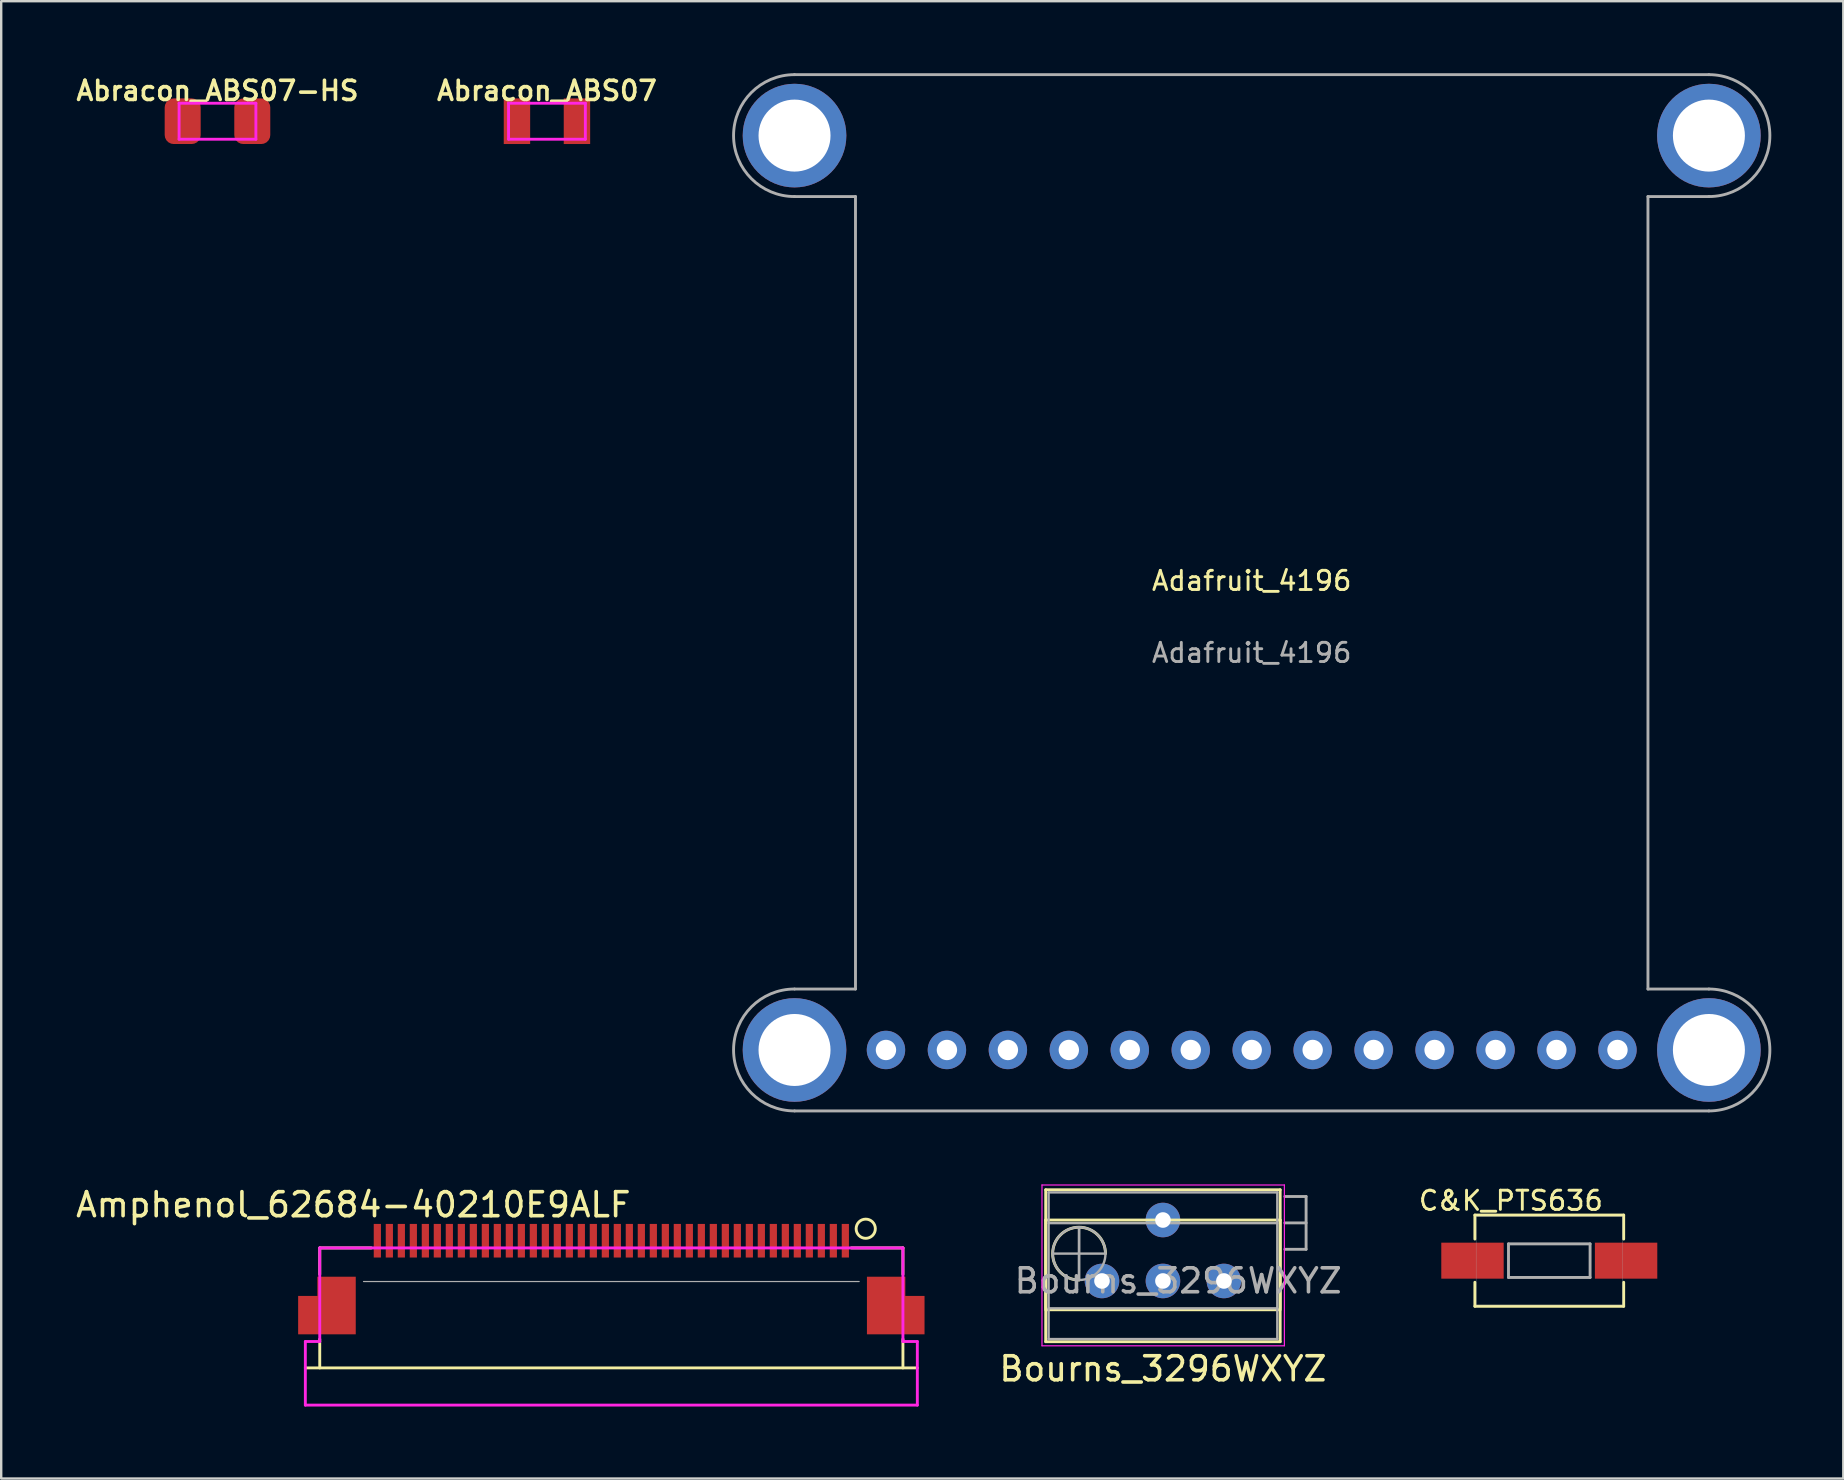
<source format=kicad_pcb>
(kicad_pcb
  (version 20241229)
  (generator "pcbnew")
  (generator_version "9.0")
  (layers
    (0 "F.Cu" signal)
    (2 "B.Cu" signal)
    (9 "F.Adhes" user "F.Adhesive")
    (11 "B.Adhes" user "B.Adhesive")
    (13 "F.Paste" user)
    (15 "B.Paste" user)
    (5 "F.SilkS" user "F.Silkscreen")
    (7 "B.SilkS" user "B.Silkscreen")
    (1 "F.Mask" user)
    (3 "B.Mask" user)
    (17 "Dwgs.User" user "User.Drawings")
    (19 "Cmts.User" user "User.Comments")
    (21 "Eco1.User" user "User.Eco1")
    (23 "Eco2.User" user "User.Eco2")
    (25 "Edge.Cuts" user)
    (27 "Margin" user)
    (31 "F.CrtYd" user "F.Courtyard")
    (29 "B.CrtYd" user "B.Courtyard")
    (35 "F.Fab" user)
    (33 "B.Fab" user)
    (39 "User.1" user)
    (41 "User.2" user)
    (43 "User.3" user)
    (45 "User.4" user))
  (footprint "Abracon_ABS07"
    (layer "F.Cu")
    (at 19.74 2.001)
    (property "Reference" "Abracon_ABS07" (at 0 -1.27 0) (layer "F.SilkS") (effects (font (size 0.8 0.8) (thickness 0.15))))
    (attr through_hole)
    (fp_line (start -1.6 -0.75) (end -1.6 0.75) (stroke (width 0.12) (type solid)) (layer "F.CrtYd"))
    (fp_line (start -1.6 -0.75) (end 1.6 -0.75) (stroke (width 0.12) (type solid)) (layer "F.CrtYd"))
    (fp_line (start -1.6 0.75) (end 1.6 0.75) (stroke (width 0.12) (type solid)) (layer "F.CrtYd"))
    (fp_line (start 1.6 -0.75) (end 1.6 0.75) (stroke (width 0.12) (type solid)) (layer "F.CrtYd"))
    (pad "1" smd rect (at -1.25 0) (size 1.1 1.9) (layers "F.Cu" "F.Mask" "F.Paste"))
    (pad "2" smd rect (at 1.25 0) (size 1.1 1.9) (layers "F.Cu" "F.Mask" "F.Paste")))
  (footprint "Abracon_ABS07-HS"
    (layer "F.Cu")
    (at 6.012 2.001)
    (property "Reference" "Abracon_ABS07-HS" (at 0 -1.27 0) (layer "F.SilkS") (effects (font (size 0.8 0.8) (thickness 0.15))))
    (attr through_hole)
    (fp_line (start -1.6 -0.75) (end -1.6 0.75) (stroke (width 0.12) (type solid)) (layer "F.CrtYd"))
    (fp_line (start -1.6 -0.75) (end 1.6 -0.75) (stroke (width 0.12) (type solid)) (layer "F.CrtYd"))
    (fp_line (start -1.6 0.75) (end 1.6 0.75) (stroke (width 0.12) (type solid)) (layer "F.CrtYd"))
    (fp_line (start 1.6 -0.75) (end 1.6 0.75) (stroke (width 0.12) (type solid)) (layer "F.CrtYd"))
    (pad "1" smd roundrect (at -1.45 0) (size 1.5 1.9) (layers "F.Cu" "F.Mask" "F.Paste") (roundrect_rratio 0.25))
    (pad "2" smd roundrect (at 1.45 0) (size 1.5 1.9) (layers "F.Cu" "F.Mask" "F.Paste") (roundrect_rratio 0.25)))
  (footprint "Bourns_3296WXYZ"
    (layer "F.Cu")
    (at 45.407 50.325)
    (property "Reference" "Bourns_3296WXYZ" (at 0 3.66 180) (layer "F.SilkS") (effects (font (size 1 1) (thickness 0.15))))
    (attr through_hole)
    (fp_line (start -4.885 1.133) (end -4.885 -3.8) (stroke (width 0.12) (type solid)) (layer "F.SilkS"))
    (fp_line (start -4.885 2.53) (end -4.885 -2.54) (stroke (width 0.12) (type solid)) (layer "F.SilkS"))
    (fp_line (start 4.885 -3.8) (end -4.885 -3.8) (stroke (width 0.12) (type solid)) (layer "F.SilkS"))
    (fp_line (start 4.885 -2.54) (end -4.885 -2.54) (stroke (width 0.12) (type solid)) (layer "F.SilkS"))
    (fp_line (start 4.885 1.133) (end 4.885 -3.8) (stroke (width 0.12) (type solid)) (layer "F.SilkS"))
    (fp_line (start 4.885 1.2) (end -4.885 1.2) (stroke (width 0.12) (type solid)) (layer "F.SilkS"))
    (fp_line (start 4.885 2.53) (end -4.885 2.53) (stroke (width 0.12) (type solid)) (layer "F.SilkS"))
    (fp_line (start 4.885 2.53) (end 4.885 -2.54) (stroke (width 0.12) (type solid)) (layer "F.SilkS"))
    (fp_arc (start -3.495 -0.04) (mid -4.272817 -1.917817) (end -2.395 -1.14) (stroke (width 0.12) (type solid)) (layer "F.SilkS"))
    (fp_line (start -5.04 -4) (end -5.04 2.7) (stroke (width 0.05) (type solid)) (layer "F.CrtYd"))
    (fp_line (start -5.04 2.7) (end 5.06 2.7) (stroke (width 0.05) (type solid)) (layer "F.CrtYd"))
    (fp_line (start 5.06 -4) (end -5.04 -4) (stroke (width 0.05) (type solid)) (layer "F.CrtYd"))
    (fp_line (start 5.06 2.7) (end 5.06 -4) (stroke (width 0.05) (type solid)) (layer "F.CrtYd"))
    (fp_line (start -4.765 -3.69) (end -4.765 2.42) (stroke (width 0.1) (type solid)) (layer "F.Fab"))
    (fp_line (start -4.765 2.42) (end 4.765 2.42) (stroke (width 0.1) (type solid)) (layer "F.Fab"))
    (fp_line (start -4.595 -1.14) (end -2.395 -1.14) (stroke (width 0.1) (type solid)) (layer "F.Fab"))
    (fp_line (start -3.495 -2.24) (end -3.496 -0.04) (stroke (width 0.1) (type solid)) (layer "F.Fab"))
    (fp_line (start -3.495 -2.235) (end -3.496 -0.066) (stroke (width 0.1) (type solid)) (layer "F.Fab"))
    (fp_line (start 4.765 -3.69) (end -4.765 -3.69) (stroke (width 0.1) (type solid)) (layer "F.Fab"))
    (fp_line (start 4.765 -2.41) (end -4.765 -2.41) (stroke (width 0.1) (type solid)) (layer "F.Fab"))
    (fp_line (start 4.765 1.14) (end -4.765 1.14) (stroke (width 0.1) (type solid)) (layer "F.Fab"))
    (fp_line (start 4.765 2.42) (end 4.765 -3.69) (stroke (width 0.1) (type solid)) (layer "F.Fab"))
    (fp_line (start 5.08 -2.42) (end 5.965 -2.42) (stroke (width 0.12) (type solid)) (layer "F.Fab"))
    (fp_line (start 5.08 -1.32) (end 5.965 -1.32) (stroke (width 0.12) (type solid)) (layer "F.Fab"))
    (fp_line (start 5.965 -3.52) (end 5.08 -3.52) (stroke (width 0.12) (type solid)) (layer "F.Fab"))
    (fp_line (start 5.965 -1.32) (end 5.965 -3.52) (stroke (width 0.12) (type solid)) (layer "F.Fab"))
    (fp_circle (center -3.495 -1.14) (end -2.395 -1.14) (stroke (width 0.1) (type solid)) (fill no) (layer "F.Fab"))
    (fp_text user "${REFERENCE}" (at 0.635 -0.005 180) (layer "F.Fab") (effects (font (size 1 1) (thickness 0.15))))
    (pad "1" thru_hole circle (at -2.54 0 180) (size 1.44 1.44) (drill 0.65) (layers "*.Cu" "*.Mask"))
    (pad "2" thru_hole circle (at 0 -2.54 180) (size 1.44 1.44) (drill 0.65) (layers "*.Cu" "*.Mask"))
    (pad "2" thru_hole circle (at 0 0 180) (size 1.44 1.44) (drill 0.65) (layers "*.Cu" "*.Mask"))
    (pad "3" thru_hole circle (at 2.54 0 180) (size 1.44 1.44) (drill 0.65) (layers "*.Cu" "*.Mask")))
  (footprint "Amphenol_62684-40210E9ALF"
    (layer "F.Cu")
    (at 22.423 49.348)
    (property "Reference" "Amphenol_62684-40210E9ALF" (at -10.75 -2.2 0) (layer "F.SilkS") (effects (font (size 1 1) (thickness 0.15))))
    (attr smd)
    (fp_line (start -12.75 4.6) (end 12.75 4.6) (stroke (width 0.12) (type solid)) (layer "F.SilkS"))
    (fp_line (start -12.15 -0.4) (end -12.15 0.7) (stroke (width 0.12) (type solid)) (layer "F.SilkS"))
    (fp_line (start -12.15 -0.4) (end -10 -0.4) (stroke (width 0.12) (type solid)) (layer "F.SilkS"))
    (fp_line (start -12.15 4.6) (end -12.15 3.4) (stroke (width 0.12) (type solid)) (layer "F.SilkS"))
    (fp_line (start 12.15 -0.4) (end 10 -0.4) (stroke (width 0.12) (type solid)) (layer "F.SilkS"))
    (fp_line (start 12.15 -0.4) (end 12.15 0.7) (stroke (width 0.12) (type solid)) (layer "F.SilkS"))
    (fp_line (start 12.15 4.6) (end 12.15 3.4) (stroke (width 0.12) (type solid)) (layer "F.SilkS"))
    (fp_circle (center 10.6 -1.2) (end 11 -1.2) (stroke (width 0.12) (type solid)) (fill no) (layer "F.SilkS"))
    (fp_line (start -12.75 3.5) (end -12.75 6.15) (stroke (width 0.12) (type solid)) (layer "F.CrtYd"))
    (fp_line (start -12.75 3.5) (end -12.15 3.5) (stroke (width 0.12) (type solid)) (layer "F.CrtYd"))
    (fp_line (start -12.75 6.15) (end 12.75 6.15) (stroke (width 0.12) (type solid)) (layer "F.CrtYd"))
    (fp_line (start -12.15 -0.4) (end -12.15 3.5) (stroke (width 0.12) (type solid)) (layer "F.CrtYd"))
    (fp_line (start 12.15 -0.4) (end -12.15 -0.4) (stroke (width 0.12) (type solid)) (layer "F.CrtYd"))
    (fp_line (start 12.15 3.5) (end 12.15 -0.4) (stroke (width 0.12) (type solid)) (layer "F.CrtYd"))
    (fp_line (start 12.75 3.5) (end 12.15 3.5) (stroke (width 0.12) (type solid)) (layer "F.CrtYd"))
    (fp_line (start 12.75 3.5) (end 12.75 6.15) (stroke (width 0.12) (type solid)) (layer "F.CrtYd"))
    (fp_line (start -10.325 1) (end 10.325 1) (stroke (width 0.05) (type solid)) (layer "F.Fab"))
    (pad "1" smd rect (at 9.75 -0.7) (size 0.3 1.4) (layers "F.Cu" "F.Mask" "F.Paste"))
    (pad "2" smd rect (at 9.25 -0.7) (size 0.3 1.4) (layers "F.Cu" "F.Mask" "F.Paste"))
    (pad "3" smd rect (at 8.75 -0.7) (size 0.3 1.4) (layers "F.Cu" "F.Mask" "F.Paste"))
    (pad "4" smd rect (at 8.25 -0.7) (size 0.3 1.4) (layers "F.Cu" "F.Mask" "F.Paste"))
    (pad "5" smd rect (at 7.75 -0.7) (size 0.3 1.4) (layers "F.Cu" "F.Mask" "F.Paste"))
    (pad "6" smd rect (at 7.25 -0.7) (size 0.3 1.4) (layers "F.Cu" "F.Mask" "F.Paste"))
    (pad "7" smd rect (at 6.75 -0.7) (size 0.3 1.4) (layers "F.Cu" "F.Mask" "F.Paste"))
    (pad "8" smd rect (at 6.25 -0.7) (size 0.3 1.4) (layers "F.Cu" "F.Mask" "F.Paste"))
    (pad "9" smd rect (at 5.75 -0.7) (size 0.3 1.4) (layers "F.Cu" "F.Mask" "F.Paste"))
    (pad "10" smd rect (at 5.25 -0.7) (size 0.3 1.4) (layers "F.Cu" "F.Mask" "F.Paste"))
    (pad "11" smd rect (at 4.75 -0.7) (size 0.3 1.4) (layers "F.Cu" "F.Mask" "F.Paste"))
    (pad "12" smd rect (at 4.25 -0.7) (size 0.3 1.4) (layers "F.Cu" "F.Mask" "F.Paste"))
    (pad "13" smd rect (at 3.75 -0.7) (size 0.3 1.4) (layers "F.Cu" "F.Mask" "F.Paste"))
    (pad "14" smd rect (at 3.25 -0.7) (size 0.3 1.4) (layers "F.Cu" "F.Mask" "F.Paste"))
    (pad "15" smd rect (at 2.75 -0.7) (size 0.3 1.4) (layers "F.Cu" "F.Mask" "F.Paste"))
    (pad "16" smd rect (at 2.25 -0.7) (size 0.3 1.4) (layers "F.Cu" "F.Mask" "F.Paste"))
    (pad "17" smd rect (at 1.75 -0.7) (size 0.3 1.4) (layers "F.Cu" "F.Mask" "F.Paste"))
    (pad "18" smd rect (at 1.25 -0.7) (size 0.3 1.4) (layers "F.Cu" "F.Mask" "F.Paste"))
    (pad "19" smd rect (at 0.75 -0.7) (size 0.3 1.4) (layers "F.Cu" "F.Mask" "F.Paste"))
    (pad "20" smd rect (at 0.25 -0.7) (size 0.3 1.4) (layers "F.Cu" "F.Mask" "F.Paste"))
    (pad "21" smd rect (at -0.25 -0.7) (size 0.3 1.4) (layers "F.Cu" "F.Mask" "F.Paste"))
    (pad "22" smd rect (at -0.75 -0.7) (size 0.3 1.4) (layers "F.Cu" "F.Mask" "F.Paste"))
    (pad "23" smd rect (at -1.25 -0.7) (size 0.3 1.4) (layers "F.Cu" "F.Mask" "F.Paste"))
    (pad "24" smd rect (at -1.75 -0.7) (size 0.3 1.4) (layers "F.Cu" "F.Mask" "F.Paste"))
    (pad "25" smd rect (at -2.25 -0.7) (size 0.3 1.4) (layers "F.Cu" "F.Mask" "F.Paste"))
    (pad "26" smd rect (at -2.75 -0.7) (size 0.3 1.4) (layers "F.Cu" "F.Mask" "F.Paste"))
    (pad "27" smd rect (at -3.25 -0.7) (size 0.3 1.4) (layers "F.Cu" "F.Mask" "F.Paste"))
    (pad "28" smd rect (at -3.75 -0.7) (size 0.3 1.4) (layers "F.Cu" "F.Mask" "F.Paste"))
    (pad "29" smd rect (at -4.25 -0.7) (size 0.3 1.4) (layers "F.Cu" "F.Mask" "F.Paste"))
    (pad "30" smd rect (at -4.75 -0.7) (size 0.3 1.4) (layers "F.Cu" "F.Mask" "F.Paste"))
    (pad "31" smd rect (at -5.25 -0.7) (size 0.3 1.4) (layers "F.Cu" "F.Mask" "F.Paste"))
    (pad "32" smd rect (at -5.75 -0.7) (size 0.3 1.4) (layers "F.Cu" "F.Mask" "F.Paste"))
    (pad "33" smd rect (at -6.25 -0.7) (size 0.3 1.4) (layers "F.Cu" "F.Mask" "F.Paste"))
    (pad "34" smd rect (at -6.75 -0.7) (size 0.3 1.4) (layers "F.Cu" "F.Mask" "F.Paste"))
    (pad "35" smd rect (at -7.25 -0.7) (size 0.3 1.4) (layers "F.Cu" "F.Mask" "F.Paste"))
    (pad "36" smd rect (at -7.75 -0.7) (size 0.3 1.4) (layers "F.Cu" "F.Mask" "F.Paste"))
    (pad "37" smd rect (at -8.25 -0.7) (size 0.3 1.4) (layers "F.Cu" "F.Mask" "F.Paste"))
    (pad "38" smd rect (at -8.75 -0.7) (size 0.3 1.4) (layers "F.Cu" "F.Mask" "F.Paste"))
    (pad "39" smd rect (at -9.25 -0.7) (size 0.3 1.4) (layers "F.Cu" "F.Mask" "F.Paste"))
    (pad "40" smd rect (at -9.75 -0.7) (size 0.3 1.4) (layers "F.Cu" "F.Mask" "F.Paste"))
    (pad "MP" smd custom (at -12 2) (size 0.5 0.5) (layers "F.Cu" "F.Mask" "F.Paste") (options (anchor rect)) (primitives (gr_poly (pts (xy 1.35 1.2) (xy -1.05 1.2) (xy -1.05 -0.4) (xy -0.25 -0.4) (xy -0.25 -1.2) (xy 1.35 -1.2)) (width 0) (fill yes))))
    (pad "MP" smd custom (at 12 2) (size 0.5 0.5) (layers "F.Cu" "F.Mask" "F.Paste") (options (anchor rect)) (primitives (gr_poly (pts (xy 0.25 -0.4) (xy 1.05 -0.4) (xy 1.05 1.2) (xy -1.35 1.2) (xy -1.35 -1.2) (xy 0.25 -1.2)) (width 0) (fill yes)))))
  (footprint "C&K_PTS636"
    (layer "F.Cu")
    (at 61.505 49.479)
    (property "Reference" "C&K_PTS636" (at -1.6 -2.5 0) (layer "F.SilkS") (effects (font (size 0.8 0.8) (thickness 0.12))))
    (attr through_hole)
    (fp_line (start -3.1 -1.9) (end -3.1 -0.9) (stroke (width 0.12) (type solid)) (layer "F.SilkS"))
    (fp_line (start -3.1 -1.9) (end 3.1 -1.9) (stroke (width 0.12) (type solid)) (layer "F.SilkS"))
    (fp_line (start -3.1 1.9) (end -3.1 0.9) (stroke (width 0.12) (type solid)) (layer "F.SilkS"))
    (fp_line (start -3.1 1.9) (end 3.1 1.9) (stroke (width 0.12) (type solid)) (layer "F.SilkS"))
    (fp_line (start 3.1 -1.9) (end 3.1 -0.9) (stroke (width 0.12) (type solid)) (layer "F.SilkS"))
    (fp_line (start 3.1 1.9) (end 3.1 0.9) (stroke (width 0.12) (type solid)) (layer "F.SilkS"))
    (fp_line (start -3.05 -1.85) (end -3.05 1.85) (stroke (width 0.01) (type solid)) (layer "F.Fab"))
    (fp_line (start -3.05 -1.85) (end 3.05 -1.85) (stroke (width 0.01) (type solid)) (layer "F.Fab"))
    (fp_line (start -3.05 1.85) (end 3.05 1.85) (stroke (width 0.01) (type solid)) (layer "F.Fab"))
    (fp_line (start -1.7 -0.7) (end -1.7 0.7) (stroke (width 0.12) (type solid)) (layer "F.Fab"))
    (fp_line (start -1.7 0.7) (end 1.7 0.7) (stroke (width 0.12) (type solid)) (layer "F.Fab"))
    (fp_line (start 1.7 -0.7) (end -1.7 -0.7) (stroke (width 0.12) (type solid)) (layer "F.Fab"))
    (fp_line (start 1.7 0.7) (end 1.7 -0.7) (stroke (width 0.12) (type solid)) (layer "F.Fab"))
    (fp_line (start 3.05 -1.85) (end 3.05 1.85) (stroke (width 0.01) (type solid)) (layer "F.Fab"))
    (pad "1" smd rect (at -3.2 0) (size 2.6 1.5) (layers "F.Cu" "F.Mask" "F.Paste"))
    (pad "2" smd rect (at 3.2 0) (size 2.6 1.5) (layers "F.Cu" "F.Mask" "F.Paste")))
  (footprint "Adafruit_4196"
    (layer "F.Cu")
    (at 49.106 21.65)
    (property "Reference" "Adafruit_4196" (at 0 -0.5 0) (unlocked yes) (layer "F.SilkS") (effects (font (size 0.8 0.8) (thickness 0.12))))
    (attr through_hole)
    (fp_line (start -19.05 -21.59) (end 19.05 -21.59) (stroke (width 0.12) (type solid)) (layer "F.Fab"))
    (fp_line (start -19.05 -16.51) (end -16.51 -16.51) (stroke (width 0.12) (type solid)) (layer "F.Fab"))
    (fp_line (start -19.05 21.59) (end 19.05 21.59) (stroke (width 0.12) (type solid)) (layer "F.Fab"))
    (fp_line (start -16.51 -16.51) (end -16.51 16.51) (stroke (width 0.12) (type solid)) (layer "F.Fab"))
    (fp_line (start -16.51 16.51) (end -19.05 16.51) (stroke (width 0.12) (type solid)) (layer "F.Fab"))
    (fp_line (start 16.51 -16.51) (end 16.51 16.51) (stroke (width 0.12) (type solid)) (layer "F.Fab"))
    (fp_line (start 16.51 16.51) (end 19.05 16.51) (stroke (width 0.12) (type solid)) (layer "F.Fab"))
    (fp_line (start 19.05 -16.51) (end 16.51 -16.51) (stroke (width 0.12) (type solid)) (layer "F.Fab"))
    (fp_arc (start -19.05 -16.51) (mid -21.59 -19.05) (end -19.05 -21.59) (stroke (width 0.12) (type solid)) (layer "F.Fab"))
    (fp_arc (start -19.05 21.59) (mid -21.59 19.05) (end -19.05 16.51) (stroke (width 0.12) (type solid)) (layer "F.Fab"))
    (fp_arc (start 19.05 -21.59) (mid 21.59 -19.05) (end 19.05 -16.51) (stroke (width 0.12) (type solid)) (layer "F.Fab"))
    (fp_arc (start 19.05 16.51) (mid 21.59 19.05) (end 19.05 21.59) (stroke (width 0.12) (type solid)) (layer "F.Fab"))
    (fp_text user "${REFERENCE}" (at 0 2.5 0) (unlocked yes) (layer "F.Fab") (effects (font (size 0.8 0.8) (thickness 0.12))))
    (pad "1" thru_hole circle (at -15.24 19.05) (size 1.6 1.6) (drill 0.85) (layers "*.Cu" "*.Mask"))
    (pad "2" thru_hole circle (at -12.7 19.05) (size 1.6 1.6) (drill 0.85) (layers "*.Cu" "*.Mask"))
    (pad "3" thru_hole circle (at -10.16 19.05) (size 1.6 1.6) (drill 0.85) (layers "*.Cu" "*.Mask"))
    (pad "4" thru_hole circle (at -7.62 19.05) (size 1.6 1.6) (drill 0.85) (layers "*.Cu" "*.Mask"))
    (pad "5" thru_hole circle (at -5.08 19.05) (size 1.6 1.6) (drill 0.85) (layers "*.Cu" "*.Mask"))
    (pad "6" thru_hole circle (at -2.54 19.05) (size 1.6 1.6) (drill 0.85) (layers "*.Cu" "*.Mask"))
    (pad "7" thru_hole circle (at 0 19.05) (size 1.6 1.6) (drill 0.85) (layers "*.Cu" "*.Mask"))
    (pad "8" thru_hole circle (at 2.54 19.05) (size 1.6 1.6) (drill 0.85) (layers "*.Cu" "*.Mask"))
    (pad "9" thru_hole circle (at 5.08 19.05) (size 1.6 1.6) (drill 0.85) (layers "*.Cu" "*.Mask"))
    (pad "10" thru_hole circle (at 7.62 19.05) (size 1.6 1.6) (drill 0.85) (layers "*.Cu" "*.Mask"))
    (pad "11" thru_hole circle (at 10.16 19.05) (size 1.6 1.6) (drill 0.85) (layers "*.Cu" "*.Mask"))
    (pad "12" thru_hole circle (at 12.7 19.05) (size 1.6 1.6) (drill 0.85) (layers "*.Cu" "*.Mask"))
    (pad "13" thru_hole circle (at 15.24 19.05) (size 1.6 1.6) (drill 0.85) (layers "*.Cu" "*.Mask"))
    (pad "MP" thru_hole circle (at -19.05 -19.05) (size 4.318 4.318) (drill 3) (layers "*.Cu" "*.Mask"))
    (pad "MP" thru_hole circle (at -19.05 19.05) (size 4.318 4.318) (drill 3) (layers "*.Cu" "*.Mask"))
    (pad "MP" thru_hole circle (at 19.05 -19.05) (size 4.318 4.318) (drill 3) (layers "*.Cu" "*.Mask"))
    (pad "MP" thru_hole circle (at 19.05 19.05) (size 4.318 4.318) (drill 3) (layers "*.Cu" "*.Mask")))
  (gr_rect
    (start -3 -3)
    (end 73.756 58.558)
    (stroke (width 0.1) (type default))
    (fill no)
    (layer "Edge.Cuts")))
</source>
